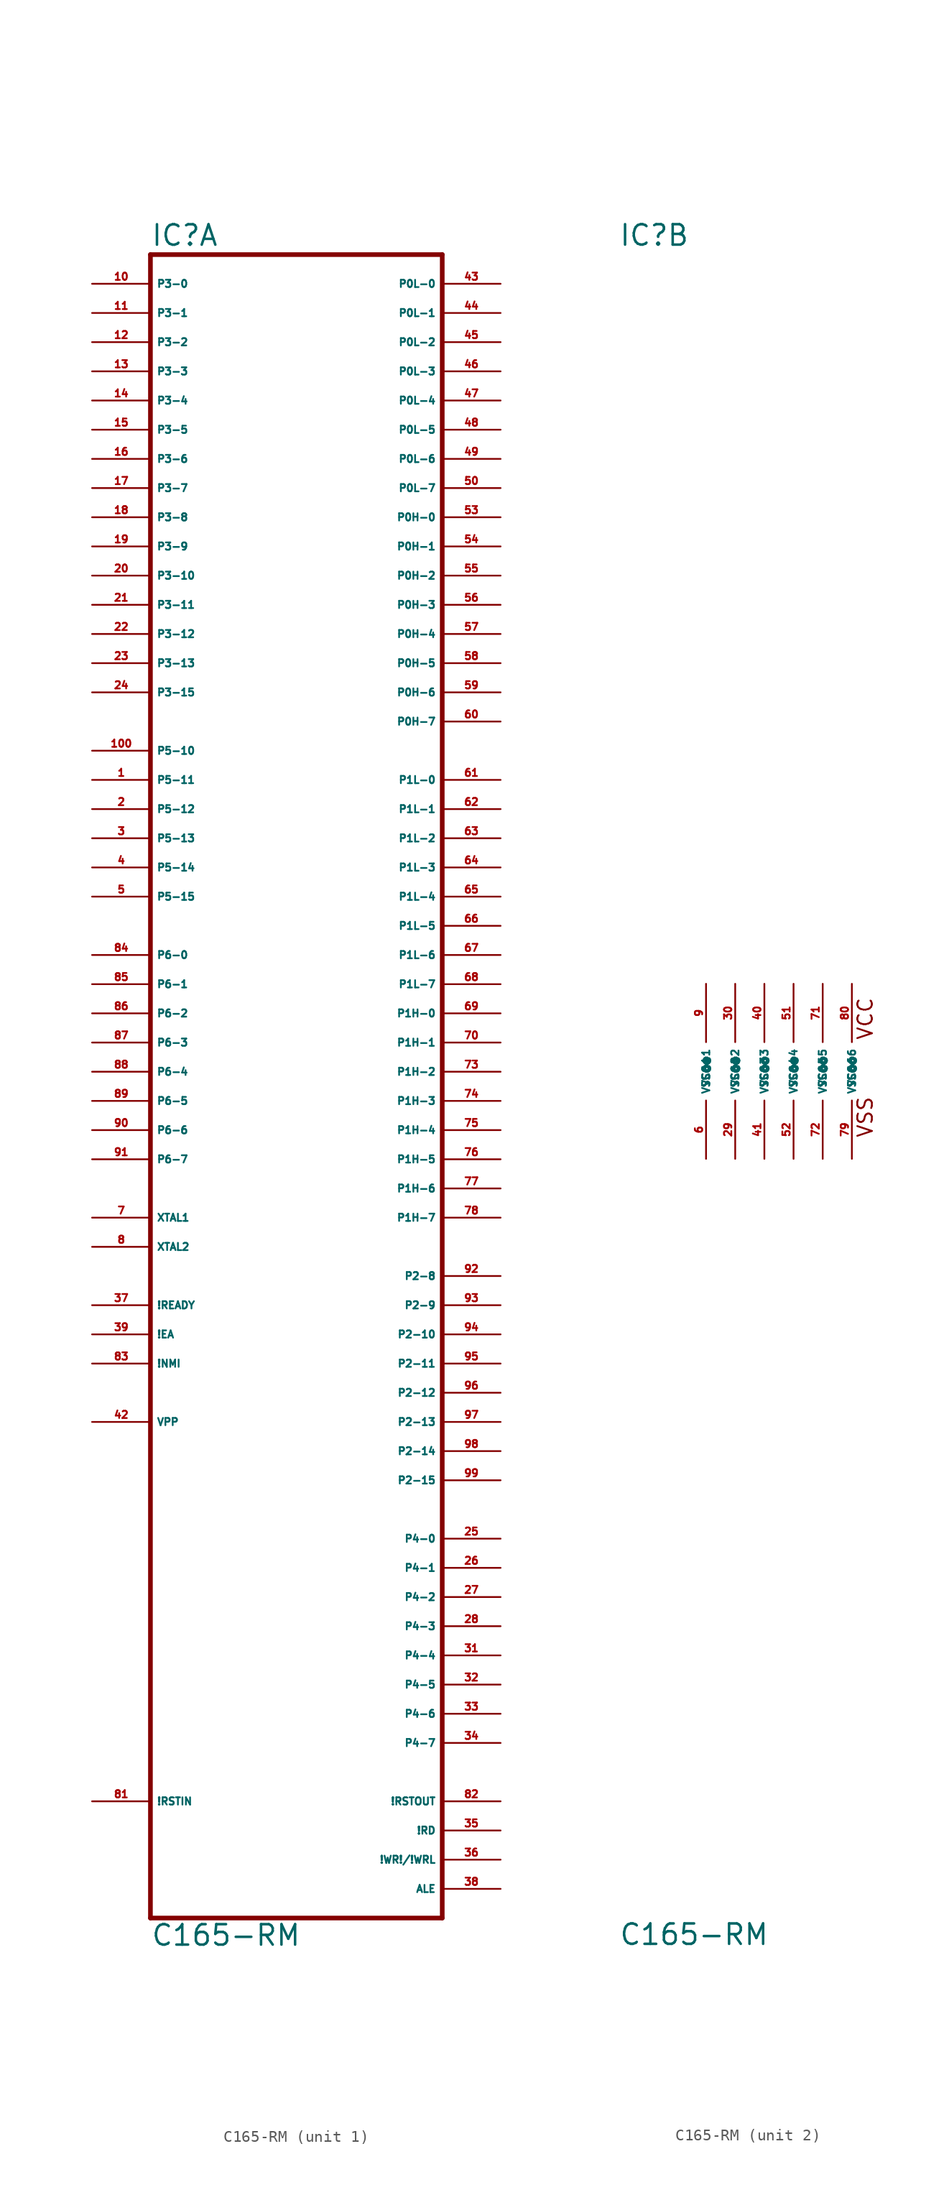
<source format=kicad_sym>
(kicad_symbol_lib
  (version 20220914)
  (generator Eagle2Kicad)
  (symbol "C165-RM"
    (property "Reference" "IC"
      (at -12.7 71.755 0)
      (effects (font (size 1.778 1.778) (thickness 0.22)) (justify left bottom)))
    (property "Value" "C165-RM"
      (at -12.7 -76.2 0)
      (effects (font (size 1.778 1.778) (thickness 0.22)) (justify left bottom)))
    (symbol "C165-RM_1_0"
      (polyline (pts (xy 12.7 71.12) (xy -12.7 71.12)) (stroke (width 0.406) (type default)) (fill (type none)))
      (polyline (pts (xy -12.7 71.12) (xy -12.7 -73.66)) (stroke (width 0.406) (type default)) (fill (type none)))
      (polyline (pts (xy -12.7 -73.66) (xy 12.7 -73.66)) (stroke (width 0.406) (type default)) (fill (type none)))
      (polyline (pts (xy 12.7 -73.66) (xy 12.7 71.12)) (stroke (width 0.406) (type default)) (fill (type none)))
      (pin bidirectional line (at 17.78 66.04 180) (length 5.08) (name "P0L-1" (effects (font (size 0.635 0.635) (thickness 0.08)) (justify left bottom))) (number "44" (effects (font (size 0.635 0.635) (thickness 0.08)) (justify left bottom))))
      (pin bidirectional line (at 17.78 63.5 180) (length 5.08) (name "P0L-2" (effects (font (size 0.635 0.635) (thickness 0.08)) (justify left bottom))) (number "45" (effects (font (size 0.635 0.635) (thickness 0.08)) (justify left bottom))))
      (pin bidirectional line (at 17.78 60.96 180) (length 5.08) (name "P0L-3" (effects (font (size 0.635 0.635) (thickness 0.08)) (justify left bottom))) (number "46" (effects (font (size 0.635 0.635) (thickness 0.08)) (justify left bottom))))
      (pin bidirectional line (at 17.78 58.42 180) (length 5.08) (name "P0L-4" (effects (font (size 0.635 0.635) (thickness 0.08)) (justify left bottom))) (number "47" (effects (font (size 0.635 0.635) (thickness 0.08)) (justify left bottom))))
      (pin bidirectional line (at 17.78 55.88 180) (length 5.08) (name "P0L-5" (effects (font (size 0.635 0.635) (thickness 0.08)) (justify left bottom))) (number "48" (effects (font (size 0.635 0.635) (thickness 0.08)) (justify left bottom))))
      (pin bidirectional line (at 17.78 53.34 180) (length 5.08) (name "P0L-6" (effects (font (size 0.635 0.635) (thickness 0.08)) (justify left bottom))) (number "49" (effects (font (size 0.635 0.635) (thickness 0.08)) (justify left bottom))))
      (pin bidirectional line (at 17.78 50.8 180) (length 5.08) (name "P0L-7" (effects (font (size 0.635 0.635) (thickness 0.08)) (justify left bottom))) (number "50" (effects (font (size 0.635 0.635) (thickness 0.08)) (justify left bottom))))
      (pin bidirectional line (at 17.78 48.26 180) (length 5.08) (name "P0H-0" (effects (font (size 0.635 0.635) (thickness 0.08)) (justify left bottom))) (number "53" (effects (font (size 0.635 0.635) (thickness 0.08)) (justify left bottom))))
      (pin bidirectional line (at 17.78 45.72 180) (length 5.08) (name "P0H-1" (effects (font (size 0.635 0.635) (thickness 0.08)) (justify left bottom))) (number "54" (effects (font (size 0.635 0.635) (thickness 0.08)) (justify left bottom))))
      (pin bidirectional line (at 17.78 43.18 180) (length 5.08) (name "P0H-2" (effects (font (size 0.635 0.635) (thickness 0.08)) (justify left bottom))) (number "55" (effects (font (size 0.635 0.635) (thickness 0.08)) (justify left bottom))))
      (pin bidirectional line (at 17.78 40.64 180) (length 5.08) (name "P0H-3" (effects (font (size 0.635 0.635) (thickness 0.08)) (justify left bottom))) (number "56" (effects (font (size 0.635 0.635) (thickness 0.08)) (justify left bottom))))
      (pin bidirectional line (at 17.78 38.1 180) (length 5.08) (name "P0H-4" (effects (font (size 0.635 0.635) (thickness 0.08)) (justify left bottom))) (number "57" (effects (font (size 0.635 0.635) (thickness 0.08)) (justify left bottom))))
      (pin bidirectional line (at 17.78 35.56 180) (length 5.08) (name "P0H-5" (effects (font (size 0.635 0.635) (thickness 0.08)) (justify left bottom))) (number "58" (effects (font (size 0.635 0.635) (thickness 0.08)) (justify left bottom))))
      (pin bidirectional line (at 17.78 33.02 180) (length 5.08) (name "P0H-6" (effects (font (size 0.635 0.635) (thickness 0.08)) (justify left bottom))) (number "59" (effects (font (size 0.635 0.635) (thickness 0.08)) (justify left bottom))))
      (pin bidirectional line (at 17.78 30.48 180) (length 5.08) (name "P0H-7" (effects (font (size 0.635 0.635) (thickness 0.08)) (justify left bottom))) (number "60" (effects (font (size 0.635 0.635) (thickness 0.08)) (justify left bottom))))
      (pin bidirectional line (at 17.78 68.58 180) (length 5.08) (name "P0L-0" (effects (font (size 0.635 0.635) (thickness 0.08)) (justify left bottom))) (number "43" (effects (font (size 0.635 0.635) (thickness 0.08)) (justify left bottom))))
      (pin input line (at -17.78 20.32 0) (length 5.08) (name "P5-13" (effects (font (size 0.635 0.635) (thickness 0.08)) (justify left bottom))) (number "3" (effects (font (size 0.635 0.635) (thickness 0.08)) (justify left bottom))))
      (pin input line (at -17.78 17.78 0) (length 5.08) (name "P5-14" (effects (font (size 0.635 0.635) (thickness 0.08)) (justify left bottom))) (number "4" (effects (font (size 0.635 0.635) (thickness 0.08)) (justify left bottom))))
      (pin input line (at -17.78 15.24 0) (length 5.08) (name "P5-15" (effects (font (size 0.635 0.635) (thickness 0.08)) (justify left bottom))) (number "5" (effects (font (size 0.635 0.635) (thickness 0.08)) (justify left bottom))))
      (pin bidirectional line (at -17.78 10.16 0) (length 5.08) (name "P6-0" (effects (font (size 0.635 0.635) (thickness 0.08)) (justify left bottom))) (number "84" (effects (font (size 0.635 0.635) (thickness 0.08)) (justify left bottom))))
      (pin bidirectional line (at -17.78 7.62 0) (length 5.08) (name "P6-1" (effects (font (size 0.635 0.635) (thickness 0.08)) (justify left bottom))) (number "85" (effects (font (size 0.635 0.635) (thickness 0.08)) (justify left bottom))))
      (pin bidirectional line (at -17.78 5.08 0) (length 5.08) (name "P6-2" (effects (font (size 0.635 0.635) (thickness 0.08)) (justify left bottom))) (number "86" (effects (font (size 0.635 0.635) (thickness 0.08)) (justify left bottom))))
      (pin bidirectional line (at -17.78 2.54 0) (length 5.08) (name "P6-3" (effects (font (size 0.635 0.635) (thickness 0.08)) (justify left bottom))) (number "87" (effects (font (size 0.635 0.635) (thickness 0.08)) (justify left bottom))))
      (pin bidirectional line (at -17.78 0 0) (length 5.08) (name "P6-4" (effects (font (size 0.635 0.635) (thickness 0.08)) (justify left bottom))) (number "88" (effects (font (size 0.635 0.635) (thickness 0.08)) (justify left bottom))))
      (pin bidirectional line (at -17.78 -2.54 0) (length 5.08) (name "P6-5" (effects (font (size 0.635 0.635) (thickness 0.08)) (justify left bottom))) (number "89" (effects (font (size 0.635 0.635) (thickness 0.08)) (justify left bottom))))
      (pin bidirectional line (at -17.78 -5.08 0) (length 5.08) (name "P6-6" (effects (font (size 0.635 0.635) (thickness 0.08)) (justify left bottom))) (number "90" (effects (font (size 0.635 0.635) (thickness 0.08)) (justify left bottom))))
      (pin bidirectional line (at 17.78 25.4 180) (length 5.08) (name "P1L-0" (effects (font (size 0.635 0.635) (thickness 0.08)) (justify left bottom))) (number "61" (effects (font (size 0.635 0.635) (thickness 0.08)) (justify left bottom))))
      (pin bidirectional line (at 17.78 22.86 180) (length 5.08) (name "P1L-1" (effects (font (size 0.635 0.635) (thickness 0.08)) (justify left bottom))) (number "62" (effects (font (size 0.635 0.635) (thickness 0.08)) (justify left bottom))))
      (pin bidirectional line (at 17.78 20.32 180) (length 5.08) (name "P1L-2" (effects (font (size 0.635 0.635) (thickness 0.08)) (justify left bottom))) (number "63" (effects (font (size 0.635 0.635) (thickness 0.08)) (justify left bottom))))
      (pin bidirectional line (at 17.78 17.78 180) (length 5.08) (name "P1L-3" (effects (font (size 0.635 0.635) (thickness 0.08)) (justify left bottom))) (number "64" (effects (font (size 0.635 0.635) (thickness 0.08)) (justify left bottom))))
      (pin bidirectional line (at 17.78 15.24 180) (length 5.08) (name "P1L-4" (effects (font (size 0.635 0.635) (thickness 0.08)) (justify left bottom))) (number "65" (effects (font (size 0.635 0.635) (thickness 0.08)) (justify left bottom))))
      (pin bidirectional line (at 17.78 12.7 180) (length 5.08) (name "P1L-5" (effects (font (size 0.635 0.635) (thickness 0.08)) (justify left bottom))) (number "66" (effects (font (size 0.635 0.635) (thickness 0.08)) (justify left bottom))))
      (pin bidirectional line (at 17.78 10.16 180) (length 5.08) (name "P1L-6" (effects (font (size 0.635 0.635) (thickness 0.08)) (justify left bottom))) (number "67" (effects (font (size 0.635 0.635) (thickness 0.08)) (justify left bottom))))
      (pin bidirectional line (at 17.78 7.62 180) (length 5.08) (name "P1L-7" (effects (font (size 0.635 0.635) (thickness 0.08)) (justify left bottom))) (number "68" (effects (font (size 0.635 0.635) (thickness 0.08)) (justify left bottom))))
      (pin bidirectional line (at 17.78 5.08 180) (length 5.08) (name "P1H-0" (effects (font (size 0.635 0.635) (thickness 0.08)) (justify left bottom))) (number "69" (effects (font (size 0.635 0.635) (thickness 0.08)) (justify left bottom))))
      (pin bidirectional line (at 17.78 2.54 180) (length 5.08) (name "P1H-1" (effects (font (size 0.635 0.635) (thickness 0.08)) (justify left bottom))) (number "70" (effects (font (size 0.635 0.635) (thickness 0.08)) (justify left bottom))))
      (pin bidirectional line (at 17.78 0 180) (length 5.08) (name "P1H-2" (effects (font (size 0.635 0.635) (thickness 0.08)) (justify left bottom))) (number "73" (effects (font (size 0.635 0.635) (thickness 0.08)) (justify left bottom))))
      (pin bidirectional line (at 17.78 -2.54 180) (length 5.08) (name "P1H-3" (effects (font (size 0.635 0.635) (thickness 0.08)) (justify left bottom))) (number "74" (effects (font (size 0.635 0.635) (thickness 0.08)) (justify left bottom))))
      (pin bidirectional line (at 17.78 -5.08 180) (length 5.08) (name "P1H-4" (effects (font (size 0.635 0.635) (thickness 0.08)) (justify left bottom))) (number "75" (effects (font (size 0.635 0.635) (thickness 0.08)) (justify left bottom))))
      (pin bidirectional line (at 17.78 -7.62 180) (length 5.08) (name "P1H-5" (effects (font (size 0.635 0.635) (thickness 0.08)) (justify left bottom))) (number "76" (effects (font (size 0.635 0.635) (thickness 0.08)) (justify left bottom))))
      (pin bidirectional line (at 17.78 -10.16 180) (length 5.08) (name "P1H-6" (effects (font (size 0.635 0.635) (thickness 0.08)) (justify left bottom))) (number "77" (effects (font (size 0.635 0.635) (thickness 0.08)) (justify left bottom))))
      (pin bidirectional line (at 17.78 -12.7 180) (length 5.08) (name "P1H-7" (effects (font (size 0.635 0.635) (thickness 0.08)) (justify left bottom))) (number "78" (effects (font (size 0.635 0.635) (thickness 0.08)) (justify left bottom))))
      (pin bidirectional line (at 17.78 -17.78 180) (length 5.08) (name "P2-8" (effects (font (size 0.635 0.635) (thickness 0.08)) (justify left bottom))) (number "92" (effects (font (size 0.635 0.635) (thickness 0.08)) (justify left bottom))))
      (pin bidirectional line (at 17.78 -20.32 180) (length 5.08) (name "P2-9" (effects (font (size 0.635 0.635) (thickness 0.08)) (justify left bottom))) (number "93" (effects (font (size 0.635 0.635) (thickness 0.08)) (justify left bottom))))
      (pin bidirectional line (at 17.78 -22.86 180) (length 5.08) (name "P2-10" (effects (font (size 0.635 0.635) (thickness 0.08)) (justify left bottom))) (number "94" (effects (font (size 0.635 0.635) (thickness 0.08)) (justify left bottom))))
      (pin bidirectional line (at 17.78 -25.4 180) (length 5.08) (name "P2-11" (effects (font (size 0.635 0.635) (thickness 0.08)) (justify left bottom))) (number "95" (effects (font (size 0.635 0.635) (thickness 0.08)) (justify left bottom))))
      (pin bidirectional line (at 17.78 -27.94 180) (length 5.08) (name "P2-12" (effects (font (size 0.635 0.635) (thickness 0.08)) (justify left bottom))) (number "96" (effects (font (size 0.635 0.635) (thickness 0.08)) (justify left bottom))))
      (pin bidirectional line (at 17.78 -33.02 180) (length 5.08) (name "P2-14" (effects (font (size 0.635 0.635) (thickness 0.08)) (justify left bottom))) (number "98" (effects (font (size 0.635 0.635) (thickness 0.08)) (justify left bottom))))
      (pin bidirectional line (at 17.78 -35.56 180) (length 5.08) (name "P2-15" (effects (font (size 0.635 0.635) (thickness 0.08)) (justify left bottom))) (number "99" (effects (font (size 0.635 0.635) (thickness 0.08)) (justify left bottom))))
      (pin bidirectional line (at 17.78 -30.48 180) (length 5.08) (name "P2-13" (effects (font (size 0.635 0.635) (thickness 0.08)) (justify left bottom))) (number "97" (effects (font (size 0.635 0.635) (thickness 0.08)) (justify left bottom))))
      (pin bidirectional line (at 17.78 -40.64 180) (length 5.08) (name "P4-0" (effects (font (size 0.635 0.635) (thickness 0.08)) (justify left bottom))) (number "25" (effects (font (size 0.635 0.635) (thickness 0.08)) (justify left bottom))))
      (pin bidirectional line (at 17.78 -43.18 180) (length 5.08) (name "P4-1" (effects (font (size 0.635 0.635) (thickness 0.08)) (justify left bottom))) (number "26" (effects (font (size 0.635 0.635) (thickness 0.08)) (justify left bottom))))
      (pin bidirectional line (at 17.78 -45.72 180) (length 5.08) (name "P4-2" (effects (font (size 0.635 0.635) (thickness 0.08)) (justify left bottom))) (number "27" (effects (font (size 0.635 0.635) (thickness 0.08)) (justify left bottom))))
      (pin bidirectional line (at 17.78 -48.26 180) (length 5.08) (name "P4-3" (effects (font (size 0.635 0.635) (thickness 0.08)) (justify left bottom))) (number "28" (effects (font (size 0.635 0.635) (thickness 0.08)) (justify left bottom))))
      (pin bidirectional line (at 17.78 -50.8 180) (length 5.08) (name "P4-4" (effects (font (size 0.635 0.635) (thickness 0.08)) (justify left bottom))) (number "31" (effects (font (size 0.635 0.635) (thickness 0.08)) (justify left bottom))))
      (pin bidirectional line (at 17.78 -53.34 180) (length 5.08) (name "P4-5" (effects (font (size 0.635 0.635) (thickness 0.08)) (justify left bottom))) (number "32" (effects (font (size 0.635 0.635) (thickness 0.08)) (justify left bottom))))
      (pin bidirectional line (at 17.78 -55.88 180) (length 5.08) (name "P4-6" (effects (font (size 0.635 0.635) (thickness 0.08)) (justify left bottom))) (number "33" (effects (font (size 0.635 0.635) (thickness 0.08)) (justify left bottom))))
      (pin bidirectional line (at 17.78 -58.42 180) (length 5.08) (name "P4-7" (effects (font (size 0.635 0.635) (thickness 0.08)) (justify left bottom))) (number "34" (effects (font (size 0.635 0.635) (thickness 0.08)) (justify left bottom))))
      (pin bidirectional line (at -17.78 68.58 0) (length 5.08) (name "P3-0" (effects (font (size 0.635 0.635) (thickness 0.08)) (justify left bottom))) (number "10" (effects (font (size 0.635 0.635) (thickness 0.08)) (justify left bottom))))
      (pin bidirectional line (at -17.78 66.04 0) (length 5.08) (name "P3-1" (effects (font (size 0.635 0.635) (thickness 0.08)) (justify left bottom))) (number "11" (effects (font (size 0.635 0.635) (thickness 0.08)) (justify left bottom))))
      (pin bidirectional line (at -17.78 63.5 0) (length 5.08) (name "P3-2" (effects (font (size 0.635 0.635) (thickness 0.08)) (justify left bottom))) (number "12" (effects (font (size 0.635 0.635) (thickness 0.08)) (justify left bottom))))
      (pin bidirectional line (at -17.78 60.96 0) (length 5.08) (name "P3-3" (effects (font (size 0.635 0.635) (thickness 0.08)) (justify left bottom))) (number "13" (effects (font (size 0.635 0.635) (thickness 0.08)) (justify left bottom))))
      (pin bidirectional line (at -17.78 58.42 0) (length 5.08) (name "P3-4" (effects (font (size 0.635 0.635) (thickness 0.08)) (justify left bottom))) (number "14" (effects (font (size 0.635 0.635) (thickness 0.08)) (justify left bottom))))
      (pin bidirectional line (at -17.78 55.88 0) (length 5.08) (name "P3-5" (effects (font (size 0.635 0.635) (thickness 0.08)) (justify left bottom))) (number "15" (effects (font (size 0.635 0.635) (thickness 0.08)) (justify left bottom))))
      (pin bidirectional line (at -17.78 53.34 0) (length 5.08) (name "P3-6" (effects (font (size 0.635 0.635) (thickness 0.08)) (justify left bottom))) (number "16" (effects (font (size 0.635 0.635) (thickness 0.08)) (justify left bottom))))
      (pin bidirectional line (at -17.78 50.8 0) (length 5.08) (name "P3-7" (effects (font (size 0.635 0.635) (thickness 0.08)) (justify left bottom))) (number "17" (effects (font (size 0.635 0.635) (thickness 0.08)) (justify left bottom))))
      (pin bidirectional line (at -17.78 48.26 0) (length 5.08) (name "P3-8" (effects (font (size 0.635 0.635) (thickness 0.08)) (justify left bottom))) (number "18" (effects (font (size 0.635 0.635) (thickness 0.08)) (justify left bottom))))
      (pin bidirectional line (at -17.78 45.72 0) (length 5.08) (name "P3-9" (effects (font (size 0.635 0.635) (thickness 0.08)) (justify left bottom))) (number "19" (effects (font (size 0.635 0.635) (thickness 0.08)) (justify left bottom))))
      (pin bidirectional line (at -17.78 43.18 0) (length 5.08) (name "P3-10" (effects (font (size 0.635 0.635) (thickness 0.08)) (justify left bottom))) (number "20" (effects (font (size 0.635 0.635) (thickness 0.08)) (justify left bottom))))
      (pin bidirectional line (at -17.78 40.64 0) (length 5.08) (name "P3-11" (effects (font (size 0.635 0.635) (thickness 0.08)) (justify left bottom))) (number "21" (effects (font (size 0.635 0.635) (thickness 0.08)) (justify left bottom))))
      (pin bidirectional line (at -17.78 38.1 0) (length 5.08) (name "P3-12" (effects (font (size 0.635 0.635) (thickness 0.08)) (justify left bottom))) (number "22" (effects (font (size 0.635 0.635) (thickness 0.08)) (justify left bottom))))
      (pin bidirectional line (at -17.78 35.56 0) (length 5.08) (name "P3-13" (effects (font (size 0.635 0.635) (thickness 0.08)) (justify left bottom))) (number "23" (effects (font (size 0.635 0.635) (thickness 0.08)) (justify left bottom))))
      (pin bidirectional line (at -17.78 33.02 0) (length 5.08) (name "P3-15" (effects (font (size 0.635 0.635) (thickness 0.08)) (justify left bottom))) (number "24" (effects (font (size 0.635 0.635) (thickness 0.08)) (justify left bottom))))
      (pin input line (at -17.78 22.86 0) (length 5.08) (name "P5-12" (effects (font (size 0.635 0.635) (thickness 0.08)) (justify left bottom))) (number "2" (effects (font (size 0.635 0.635) (thickness 0.08)) (justify left bottom))))
      (pin input line (at -17.78 27.94 0) (length 5.08) (name "P5-10" (effects (font (size 0.635 0.635) (thickness 0.08)) (justify left bottom))) (number "100" (effects (font (size 0.635 0.635) (thickness 0.08)) (justify left bottom))))
      (pin input line (at -17.78 25.4 0) (length 5.08) (name "P5-11" (effects (font (size 0.635 0.635) (thickness 0.08)) (justify left bottom))) (number "1" (effects (font (size 0.635 0.635) (thickness 0.08)) (justify left bottom))))
      (pin input line (at -17.78 -12.7 0) (length 5.08) (name "XTAL1" (effects (font (size 0.635 0.635) (thickness 0.08)) (justify left bottom))) (number "7" (effects (font (size 0.635 0.635) (thickness 0.08)) (justify left bottom))))
      (pin output line (at -17.78 -15.24 0) (length 5.08) (name "XTAL2" (effects (font (size 0.635 0.635) (thickness 0.08)) (justify left bottom))) (number "8" (effects (font (size 0.635 0.635) (thickness 0.08)) (justify left bottom))))
      (pin input line (at -17.78 -22.86 0) (length 5.08) (name "!EA" (effects (font (size 0.635 0.635) (thickness 0.08)) (justify left bottom))) (number "39" (effects (font (size 0.635 0.635) (thickness 0.08)) (justify left bottom))))
      (pin bidirectional line (at -17.78 -7.62 0) (length 5.08) (name "P6-7" (effects (font (size 0.635 0.635) (thickness 0.08)) (justify left bottom))) (number "91" (effects (font (size 0.635 0.635) (thickness 0.08)) (justify left bottom))))
      (pin output line (at 17.78 -63.5 180) (length 5.08) (name "!RSTOUT" (effects (font (size 0.635 0.635) (thickness 0.08)) (justify left bottom))) (number "82" (effects (font (size 0.635 0.635) (thickness 0.08)) (justify left bottom))))
      (pin input line (at -17.78 -63.5 0) (length 5.08) (name "!RSTIN" (effects (font (size 0.635 0.635) (thickness 0.08)) (justify left bottom))) (number "81" (effects (font (size 0.635 0.635) (thickness 0.08)) (justify left bottom))))
      (pin output line (at 17.78 -71.12 180) (length 5.08) (name "ALE" (effects (font (size 0.635 0.635) (thickness 0.08)) (justify left bottom))) (number "38" (effects (font (size 0.635 0.635) (thickness 0.08)) (justify left bottom))))
      (pin input line (at -17.78 -20.32 0) (length 5.08) (name "!READY" (effects (font (size 0.635 0.635) (thickness 0.08)) (justify left bottom))) (number "37" (effects (font (size 0.635 0.635) (thickness 0.08)) (justify left bottom))))
      (pin output line (at 17.78 -68.58 180) (length 5.08) (name "!WR!/!WRL" (effects (font (size 0.635 0.635) (thickness 0.08)) (justify left bottom))) (number "36" (effects (font (size 0.635 0.635) (thickness 0.08)) (justify left bottom))))
      (pin output line (at 17.78 -66.04 180) (length 5.08) (name "!RD" (effects (font (size 0.635 0.635) (thickness 0.08)) (justify left bottom))) (number "35" (effects (font (size 0.635 0.635) (thickness 0.08)) (justify left bottom))))
      (pin input line (at -17.78 -25.4 0) (length 5.08) (name "!NMI" (effects (font (size 0.635 0.635) (thickness 0.08)) (justify left bottom))) (number "83" (effects (font (size 0.635 0.635) (thickness 0.08)) (justify left bottom))))
      (pin passive line (at -17.78 -30.48 0) (length 5.08) (name "VPP" (effects (font (size 0.635 0.635) (thickness 0.08)) (justify left bottom))) (number "42" (effects (font (size 0.635 0.635) (thickness 0.08)) (justify left bottom)))))
    (symbol "C165-RM_2_0"
      (text "VCC" (at 9.525 2.667 900) (effects (font (size 1.27 1.27) (thickness 0.16)) (justify left bottom)))
      (text "VSS" (at 9.525 -5.842 900) (effects (font (size 1.27 1.27) (thickness 0.16)) (justify left bottom)))
      (pin unspecified line (at -5.08 7.62 270) (length 5.08) (name "VCC@1" (effects (font (size 0.635 0.635) (thickness 0.08)) (justify left bottom))) (number "9" (effects (font (size 0.635 0.635) (thickness 0.08)) (justify left bottom))))
      (pin unspecified line (at -2.54 7.62 270) (length 5.08) (name "VCC@2" (effects (font (size 0.635 0.635) (thickness 0.08)) (justify left bottom))) (number "30" (effects (font (size 0.635 0.635) (thickness 0.08)) (justify left bottom))))
      (pin unspecified line (at 0 7.62 270) (length 5.08) (name "VCC@3" (effects (font (size 0.635 0.635) (thickness 0.08)) (justify left bottom))) (number "40" (effects (font (size 0.635 0.635) (thickness 0.08)) (justify left bottom))))
      (pin unspecified line (at 2.54 7.62 270) (length 5.08) (name "VCC@4" (effects (font (size 0.635 0.635) (thickness 0.08)) (justify left bottom))) (number "51" (effects (font (size 0.635 0.635) (thickness 0.08)) (justify left bottom))))
      (pin unspecified line (at 5.08 7.62 270) (length 5.08) (name "VCC@5" (effects (font (size 0.635 0.635) (thickness 0.08)) (justify left bottom))) (number "71" (effects (font (size 0.635 0.635) (thickness 0.08)) (justify left bottom))))
      (pin unspecified line (at 7.62 7.62 270) (length 5.08) (name "VCC@6" (effects (font (size 0.635 0.635) (thickness 0.08)) (justify left bottom))) (number "80" (effects (font (size 0.635 0.635) (thickness 0.08)) (justify left bottom))))
      (pin unspecified line (at -5.08 -7.62 90) (length 5.08) (name "VSS@1" (effects (font (size 0.635 0.635) (thickness 0.08)) (justify left bottom))) (number "6" (effects (font (size 0.635 0.635) (thickness 0.08)) (justify left bottom))))
      (pin unspecified line (at -2.54 -7.62 90) (length 5.08) (name "VSS@2" (effects (font (size 0.635 0.635) (thickness 0.08)) (justify left bottom))) (number "29" (effects (font (size 0.635 0.635) (thickness 0.08)) (justify left bottom))))
      (pin unspecified line (at 0 -7.62 90) (length 5.08) (name "VSS@3" (effects (font (size 0.635 0.635) (thickness 0.08)) (justify left bottom))) (number "41" (effects (font (size 0.635 0.635) (thickness 0.08)) (justify left bottom))))
      (pin unspecified line (at 2.54 -7.62 90) (length 5.08) (name "VSS@4" (effects (font (size 0.635 0.635) (thickness 0.08)) (justify left bottom))) (number "52" (effects (font (size 0.635 0.635) (thickness 0.08)) (justify left bottom))))
      (pin unspecified line (at 5.08 -7.62 90) (length 5.08) (name "VSS@5" (effects (font (size 0.635 0.635) (thickness 0.08)) (justify left bottom))) (number "72" (effects (font (size 0.635 0.635) (thickness 0.08)) (justify left bottom))))
      (pin unspecified line (at 7.62 -7.62 90) (length 5.08) (name "VSS@6" (effects (font (size 0.635 0.635) (thickness 0.08)) (justify left bottom))) (number "79" (effects (font (size 0.635 0.635) (thickness 0.08)) (justify left bottom)))))))
</source>
